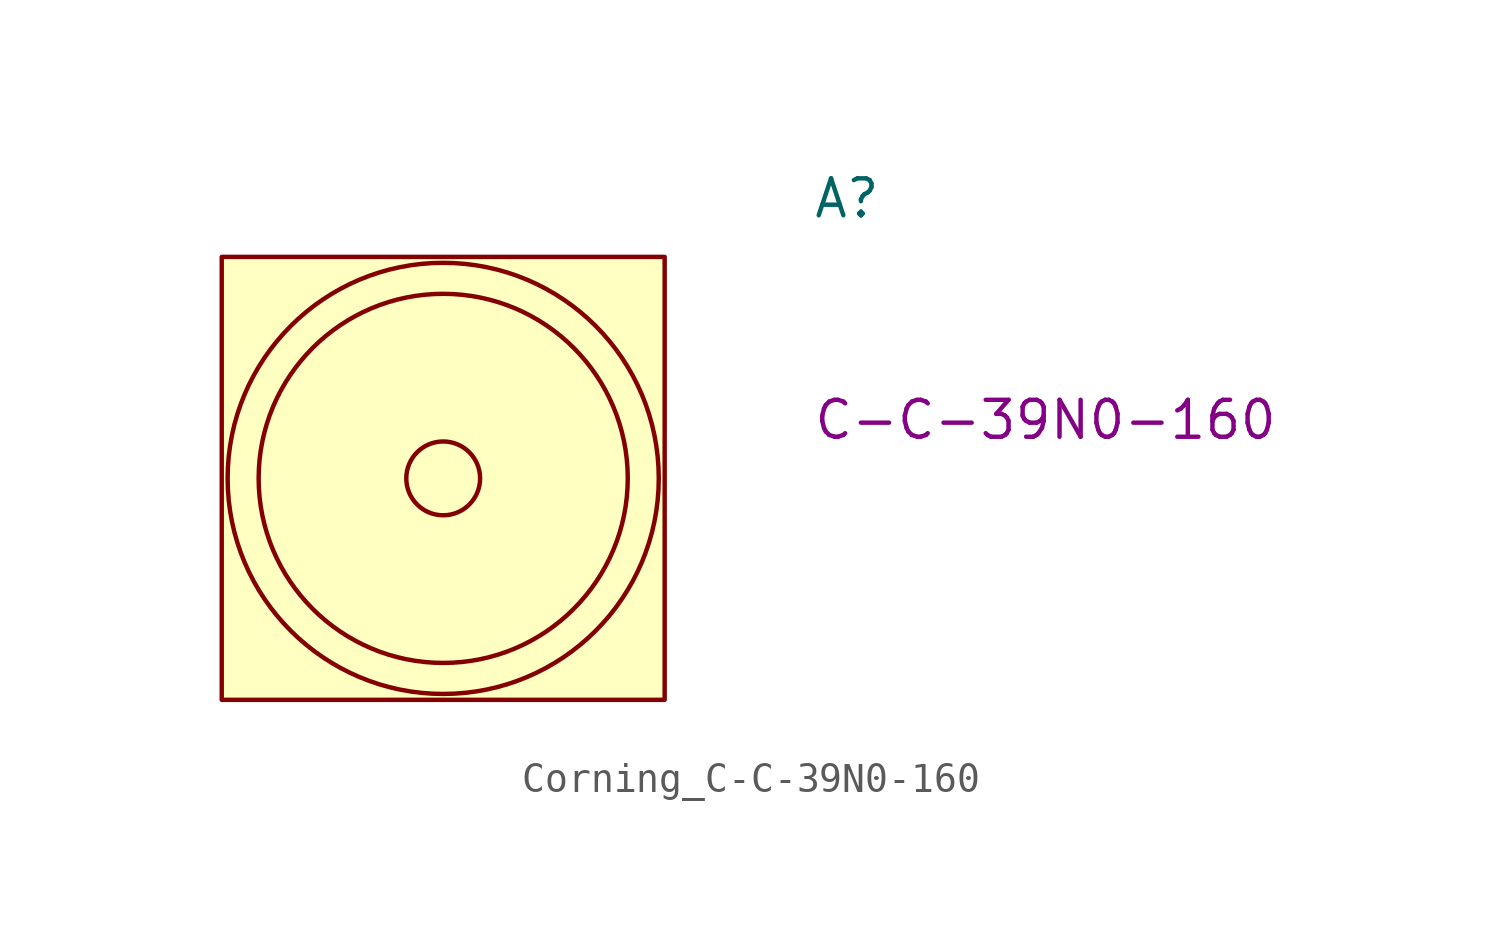
<source format=kicad_sym>
(kicad_symbol_lib
  (version 20220914)
  (generator kicad_symbol_editor)
  (symbol "Corning_C-C-39N0-160"
    (pin_names
      (offset 1.016))
    (property "Reference" "A"
      (at 12.7 8.89 0)
      (effects (font (size 1.27 1.27)) (justify left bottom)))
    (property "MPN" "C-C-39N0-160"
      (at 12.7 1.27 0)
      (effects (font (size 1.27 1.27)) (justify left bottom)))
    (symbol "Corning_C-C-39N0-160_0_1"
      (rectangle (start -7.62 7.62) (end 7.62 -7.62) (stroke (width 0) (type default)) (fill (type background)))
      (circle (center 0 0) (radius 1.27) (stroke (width 0) (type default)) (fill (type none)))
      (circle (center 0 0) (radius 6.35) (stroke (width 0) (type default)) (fill (type none)))
      (circle (center 0 0) (radius 7.417) (stroke (width 0) (type default)) (fill (type none))))))
</source>
